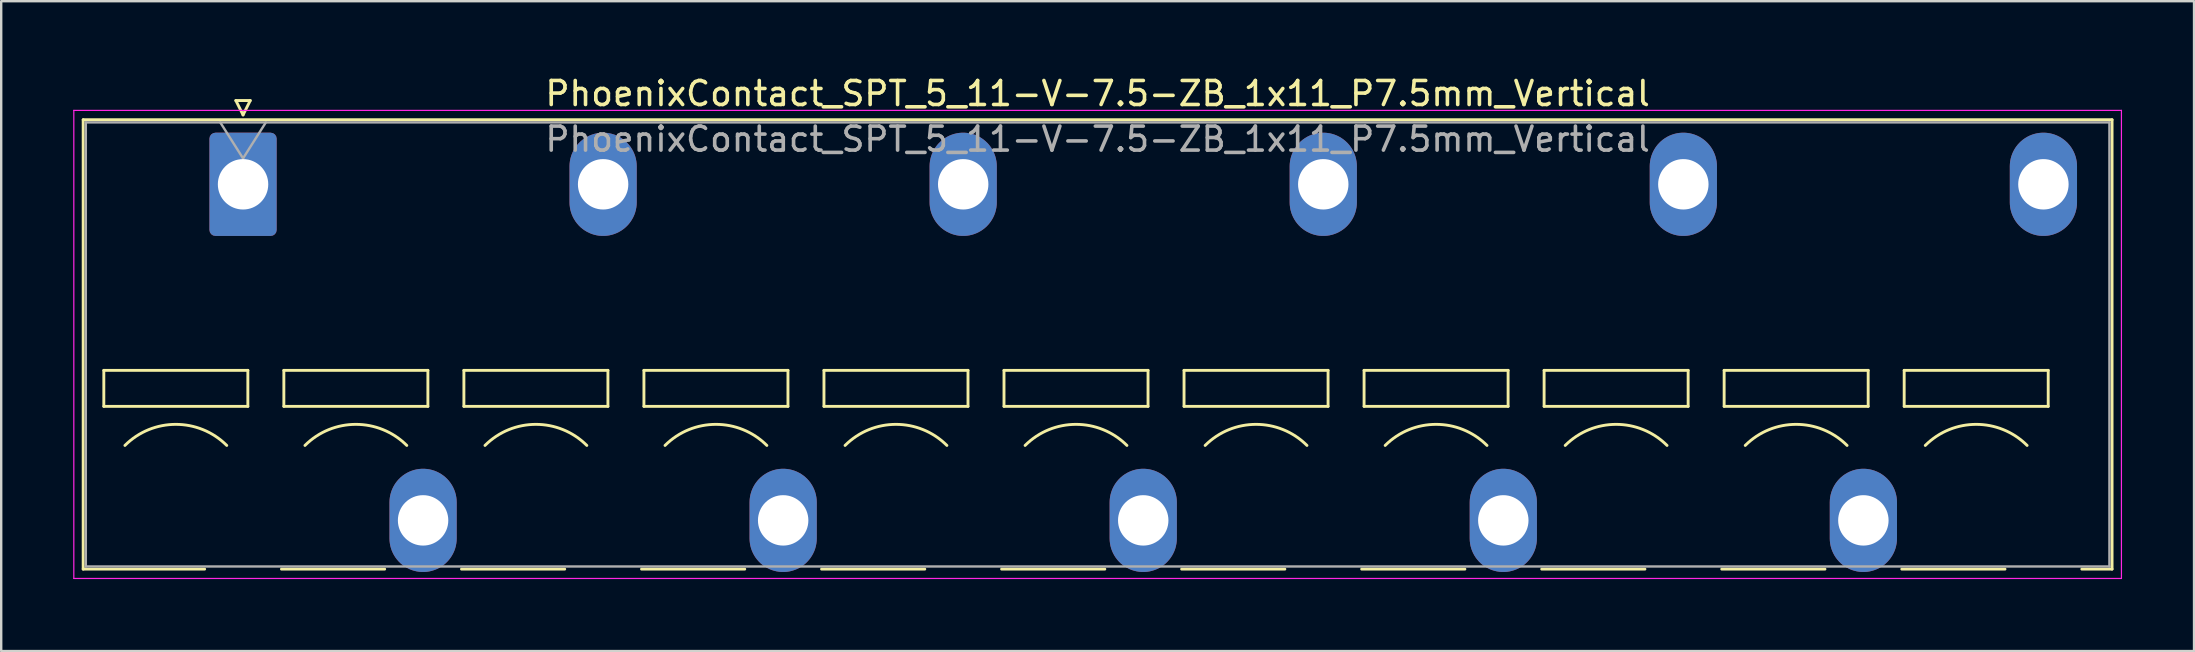
<source format=kicad_pcb>
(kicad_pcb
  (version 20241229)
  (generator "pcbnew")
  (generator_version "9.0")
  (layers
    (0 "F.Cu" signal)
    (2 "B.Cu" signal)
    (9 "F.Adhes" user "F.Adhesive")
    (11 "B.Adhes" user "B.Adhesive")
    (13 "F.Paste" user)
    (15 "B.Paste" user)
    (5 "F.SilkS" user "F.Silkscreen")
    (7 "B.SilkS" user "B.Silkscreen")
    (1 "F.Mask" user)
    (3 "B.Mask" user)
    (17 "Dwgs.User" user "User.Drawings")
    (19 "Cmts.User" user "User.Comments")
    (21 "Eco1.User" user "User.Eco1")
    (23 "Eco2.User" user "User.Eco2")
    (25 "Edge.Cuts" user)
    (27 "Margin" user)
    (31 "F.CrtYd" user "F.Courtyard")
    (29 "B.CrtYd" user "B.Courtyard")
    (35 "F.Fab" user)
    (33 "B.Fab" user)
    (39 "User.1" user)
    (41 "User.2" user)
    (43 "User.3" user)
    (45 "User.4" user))
  (footprint "PhoenixContact_SPT_5_11-V-7.5-ZB_1x11_P7.5mm_Vertical"
    (layer "F.Cu")
    (at 7.075 4.628)
    (property "Reference" "PhoenixContact_SPT_5_11-V-7.5-ZB_1x11_P7.5mm_Vertical" (at 35.6 -3.78 0) (layer "F.SilkS") (effects (font (size 1 1) (thickness 0.15))))
    (attr through_hole)
    (fp_line (start -6.66 -2.69) (end 77.86 -2.69) (stroke (width 0.12) (type solid)) (layer "F.SilkS"))
    (fp_line (start -6.66 16.03) (end -6.66 -2.69) (stroke (width 0.12) (type solid)) (layer "F.SilkS"))
    (fp_line (start -6.66 16.03) (end -1.6 16.03) (stroke (width 0.12) (type solid)) (layer "F.SilkS"))
    (fp_line (start -5.8 7.75) (end -5.8 9.25) (stroke (width 0.12) (type solid)) (layer "F.SilkS"))
    (fp_line (start -5.8 9.25) (end 0.2 9.25) (stroke (width 0.12) (type solid)) (layer "F.SilkS"))
    (fp_line (start -0.3 -3.49) (end 0 -2.89) (stroke (width 0.12) (type solid)) (layer "F.SilkS"))
    (fp_line (start -0.3 -3.49) (end 0.3 -3.49) (stroke (width 0.12) (type solid)) (layer "F.SilkS"))
    (fp_line (start 0.2 7.75) (end -5.8 7.75) (stroke (width 0.12) (type solid)) (layer "F.SilkS"))
    (fp_line (start 0.2 9.25) (end 0.2 7.75) (stroke (width 0.12) (type solid)) (layer "F.SilkS"))
    (fp_line (start 0.3 -3.49) (end 0 -2.89) (stroke (width 0.12) (type solid)) (layer "F.SilkS"))
    (fp_line (start 1.6 16.03) (end 5.9 16.03) (stroke (width 0.12) (type solid)) (layer "F.SilkS"))
    (fp_line (start 1.7 7.75) (end 1.7 9.25) (stroke (width 0.12) (type solid)) (layer "F.SilkS"))
    (fp_line (start 1.7 9.25) (end 7.7 9.25) (stroke (width 0.12) (type solid)) (layer "F.SilkS"))
    (fp_line (start 7.7 7.75) (end 1.7 7.75) (stroke (width 0.12) (type solid)) (layer "F.SilkS"))
    (fp_line (start 7.7 9.25) (end 7.7 7.75) (stroke (width 0.12) (type solid)) (layer "F.SilkS"))
    (fp_line (start 9.1 16.03) (end 13.4 16.03) (stroke (width 0.12) (type solid)) (layer "F.SilkS"))
    (fp_line (start 9.2 7.75) (end 9.2 9.25) (stroke (width 0.12) (type solid)) (layer "F.SilkS"))
    (fp_line (start 9.2 9.25) (end 15.2 9.25) (stroke (width 0.12) (type solid)) (layer "F.SilkS"))
    (fp_line (start 15.2 7.75) (end 9.2 7.75) (stroke (width 0.12) (type solid)) (layer "F.SilkS"))
    (fp_line (start 15.2 9.25) (end 15.2 7.75) (stroke (width 0.12) (type solid)) (layer "F.SilkS"))
    (fp_line (start 16.6 16.03) (end 20.9 16.03) (stroke (width 0.12) (type solid)) (layer "F.SilkS"))
    (fp_line (start 16.7 7.75) (end 16.7 9.25) (stroke (width 0.12) (type solid)) (layer "F.SilkS"))
    (fp_line (start 16.7 9.25) (end 22.7 9.25) (stroke (width 0.12) (type solid)) (layer "F.SilkS"))
    (fp_line (start 22.7 7.75) (end 16.7 7.75) (stroke (width 0.12) (type solid)) (layer "F.SilkS"))
    (fp_line (start 22.7 9.25) (end 22.7 7.75) (stroke (width 0.12) (type solid)) (layer "F.SilkS"))
    (fp_line (start 24.1 16.03) (end 28.4 16.03) (stroke (width 0.12) (type solid)) (layer "F.SilkS"))
    (fp_line (start 24.2 7.75) (end 24.2 9.25) (stroke (width 0.12) (type solid)) (layer "F.SilkS"))
    (fp_line (start 24.2 9.25) (end 30.2 9.25) (stroke (width 0.12) (type solid)) (layer "F.SilkS"))
    (fp_line (start 30.2 7.75) (end 24.2 7.75) (stroke (width 0.12) (type solid)) (layer "F.SilkS"))
    (fp_line (start 30.2 9.25) (end 30.2 7.75) (stroke (width 0.12) (type solid)) (layer "F.SilkS"))
    (fp_line (start 31.6 16.03) (end 35.9 16.03) (stroke (width 0.12) (type solid)) (layer "F.SilkS"))
    (fp_line (start 31.7 7.75) (end 31.7 9.25) (stroke (width 0.12) (type solid)) (layer "F.SilkS"))
    (fp_line (start 31.7 9.25) (end 37.7 9.25) (stroke (width 0.12) (type solid)) (layer "F.SilkS"))
    (fp_line (start 37.7 7.75) (end 31.7 7.75) (stroke (width 0.12) (type solid)) (layer "F.SilkS"))
    (fp_line (start 37.7 9.25) (end 37.7 7.75) (stroke (width 0.12) (type solid)) (layer "F.SilkS"))
    (fp_line (start 39.1 16.03) (end 43.4 16.03) (stroke (width 0.12) (type solid)) (layer "F.SilkS"))
    (fp_line (start 39.2 7.75) (end 39.2 9.25) (stroke (width 0.12) (type solid)) (layer "F.SilkS"))
    (fp_line (start 39.2 9.25) (end 45.2 9.25) (stroke (width 0.12) (type solid)) (layer "F.SilkS"))
    (fp_line (start 45.2 7.75) (end 39.2 7.75) (stroke (width 0.12) (type solid)) (layer "F.SilkS"))
    (fp_line (start 45.2 9.25) (end 45.2 7.75) (stroke (width 0.12) (type solid)) (layer "F.SilkS"))
    (fp_line (start 46.6 16.03) (end 50.9 16.03) (stroke (width 0.12) (type solid)) (layer "F.SilkS"))
    (fp_line (start 46.7 7.75) (end 46.7 9.25) (stroke (width 0.12) (type solid)) (layer "F.SilkS"))
    (fp_line (start 46.7 9.25) (end 52.7 9.25) (stroke (width 0.12) (type solid)) (layer "F.SilkS"))
    (fp_line (start 52.7 7.75) (end 46.7 7.75) (stroke (width 0.12) (type solid)) (layer "F.SilkS"))
    (fp_line (start 52.7 9.25) (end 52.7 7.75) (stroke (width 0.12) (type solid)) (layer "F.SilkS"))
    (fp_line (start 54.1 16.03) (end 58.4 16.03) (stroke (width 0.12) (type solid)) (layer "F.SilkS"))
    (fp_line (start 54.2 7.75) (end 54.2 9.25) (stroke (width 0.12) (type solid)) (layer "F.SilkS"))
    (fp_line (start 54.2 9.25) (end 60.2 9.25) (stroke (width 0.12) (type solid)) (layer "F.SilkS"))
    (fp_line (start 60.2 7.75) (end 54.2 7.75) (stroke (width 0.12) (type solid)) (layer "F.SilkS"))
    (fp_line (start 60.2 9.25) (end 60.2 7.75) (stroke (width 0.12) (type solid)) (layer "F.SilkS"))
    (fp_line (start 61.6 16.03) (end 65.9 16.03) (stroke (width 0.12) (type solid)) (layer "F.SilkS"))
    (fp_line (start 61.7 7.75) (end 61.7 9.25) (stroke (width 0.12) (type solid)) (layer "F.SilkS"))
    (fp_line (start 61.7 9.25) (end 67.7 9.25) (stroke (width 0.12) (type solid)) (layer "F.SilkS"))
    (fp_line (start 67.7 7.75) (end 61.7 7.75) (stroke (width 0.12) (type solid)) (layer "F.SilkS"))
    (fp_line (start 67.7 9.25) (end 67.7 7.75) (stroke (width 0.12) (type solid)) (layer "F.SilkS"))
    (fp_line (start 69.1 16.03) (end 73.4 16.03) (stroke (width 0.12) (type solid)) (layer "F.SilkS"))
    (fp_line (start 69.2 7.75) (end 69.2 9.25) (stroke (width 0.12) (type solid)) (layer "F.SilkS"))
    (fp_line (start 69.2 9.25) (end 75.2 9.25) (stroke (width 0.12) (type solid)) (layer "F.SilkS"))
    (fp_line (start 75.2 7.75) (end 69.2 7.75) (stroke (width 0.12) (type solid)) (layer "F.SilkS"))
    (fp_line (start 75.2 9.25) (end 75.2 7.75) (stroke (width 0.12) (type solid)) (layer "F.SilkS"))
    (fp_line (start 76.6 16.03) (end 77.86 16.03) (stroke (width 0.12) (type solid)) (layer "F.SilkS"))
    (fp_line (start 77.86 -2.69) (end 77.86 16.03) (stroke (width 0.12) (type solid)) (layer "F.SilkS"))
    (fp_arc (start -4.92132 10.87868) (mid -2.8 10) (end -0.67868 10.87868) (stroke (width 0.12) (type solid)) (layer "F.SilkS"))
    (fp_arc (start 2.57868 10.87868) (mid 4.7 10) (end 6.82132 10.87868) (stroke (width 0.12) (type solid)) (layer "F.SilkS"))
    (fp_arc (start 10.07868 10.87868) (mid 12.2 10) (end 14.32132 10.87868) (stroke (width 0.12) (type solid)) (layer "F.SilkS"))
    (fp_arc (start 17.57868 10.87868) (mid 19.7 10) (end 21.82132 10.87868) (stroke (width 0.12) (type solid)) (layer "F.SilkS"))
    (fp_arc (start 25.07868 10.87868) (mid 27.2 10) (end 29.32132 10.87868) (stroke (width 0.12) (type solid)) (layer "F.SilkS"))
    (fp_arc (start 32.57868 10.87868) (mid 34.7 10) (end 36.82132 10.87868) (stroke (width 0.12) (type solid)) (layer "F.SilkS"))
    (fp_arc (start 40.07868 10.87868) (mid 42.2 10) (end 44.32132 10.87868) (stroke (width 0.12) (type solid)) (layer "F.SilkS"))
    (fp_arc (start 47.57868 10.87868) (mid 49.7 10) (end 51.82132 10.87868) (stroke (width 0.12) (type solid)) (layer "F.SilkS"))
    (fp_arc (start 55.07868 10.87868) (mid 57.2 10) (end 59.32132 10.87868) (stroke (width 0.12) (type solid)) (layer "F.SilkS"))
    (fp_arc (start 62.57868 10.87868) (mid 64.7 10) (end 66.82132 10.87868) (stroke (width 0.12) (type solid)) (layer "F.SilkS"))
    (fp_arc (start 70.07868 10.87868) (mid 72.2 10) (end 74.32132 10.87868) (stroke (width 0.12) (type solid)) (layer "F.SilkS"))
    (fp_line (start -7.05 -3.08) (end -7.05 16.42) (stroke (width 0.05) (type solid)) (layer "F.CrtYd"))
    (fp_line (start -7.05 16.42) (end 78.25 16.42) (stroke (width 0.05) (type solid)) (layer "F.CrtYd"))
    (fp_line (start 78.25 -3.08) (end -7.05 -3.08) (stroke (width 0.05) (type solid)) (layer "F.CrtYd"))
    (fp_line (start 78.25 16.42) (end 78.25 -3.08) (stroke (width 0.05) (type solid)) (layer "F.CrtYd"))
    (fp_line (start -6.55 -2.58) (end -6.55 15.92) (stroke (width 0.1) (type solid)) (layer "F.Fab"))
    (fp_line (start -6.55 15.92) (end 77.75 15.92) (stroke (width 0.1) (type solid)) (layer "F.Fab"))
    (fp_line (start -0.95 -2.58) (end 0 -1.08) (stroke (width 0.1) (type solid)) (layer "F.Fab"))
    (fp_line (start 0.95 -2.58) (end 0 -1.08) (stroke (width 0.1) (type solid)) (layer "F.Fab"))
    (fp_line (start 77.75 -2.58) (end -6.55 -2.58) (stroke (width 0.1) (type solid)) (layer "F.Fab"))
    (fp_line (start 77.75 15.92) (end 77.75 -2.58) (stroke (width 0.1) (type solid)) (layer "F.Fab"))
    (fp_text user "${REFERENCE}" (at 35.6 -1.88 0) (layer "F.Fab") (effects (font (size 1 1) (thickness 0.15))))
    (pad "1" thru_hole roundrect (at 0 0) (size 2.8 4.3) (drill 2.1) (layers "*.Cu" "*.Mask") (roundrect_rratio 0.089))
    (pad "2" thru_hole oval (at 7.5 14) (size 2.8 4.3) (drill 2.1) (layers "*.Cu" "*.Mask"))
    (pad "3" thru_hole oval (at 15 0) (size 2.8 4.3) (drill 2.1) (layers "*.Cu" "*.Mask"))
    (pad "4" thru_hole oval (at 22.5 14) (size 2.8 4.3) (drill 2.1) (layers "*.Cu" "*.Mask"))
    (pad "5" thru_hole oval (at 30 0) (size 2.8 4.3) (drill 2.1) (layers "*.Cu" "*.Mask"))
    (pad "6" thru_hole oval (at 37.5 14) (size 2.8 4.3) (drill 2.1) (layers "*.Cu" "*.Mask"))
    (pad "7" thru_hole oval (at 45 0) (size 2.8 4.3) (drill 2.1) (layers "*.Cu" "*.Mask"))
    (pad "8" thru_hole oval (at 52.5 14) (size 2.8 4.3) (drill 2.1) (layers "*.Cu" "*.Mask"))
    (pad "9" thru_hole oval (at 60 0) (size 2.8 4.3) (drill 2.1) (layers "*.Cu" "*.Mask"))
    (pad "10" thru_hole oval (at 67.5 14) (size 2.8 4.3) (drill 2.1) (layers "*.Cu" "*.Mask"))
    (pad "11" thru_hole oval (at 75 0) (size 2.8 4.3) (drill 2.1) (layers "*.Cu" "*.Mask")))
  (gr_rect
    (start -3 -3)
    (end 88.35 24.073)
    (stroke (width 0.1) (type default))
    (fill no)
    (layer "Edge.Cuts")))
</source>
